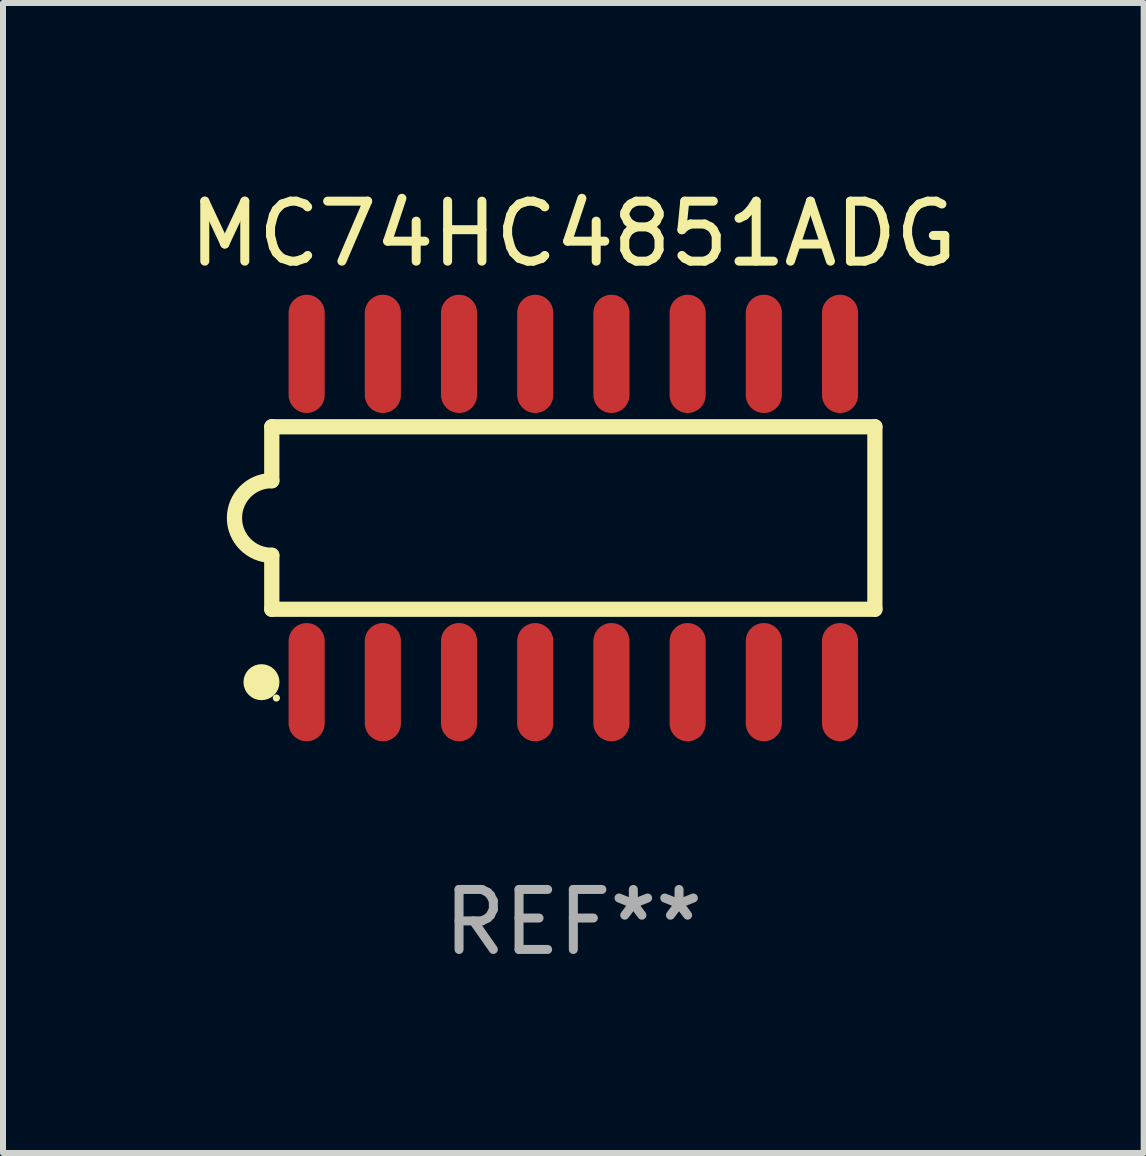
<source format=kicad_pcb>
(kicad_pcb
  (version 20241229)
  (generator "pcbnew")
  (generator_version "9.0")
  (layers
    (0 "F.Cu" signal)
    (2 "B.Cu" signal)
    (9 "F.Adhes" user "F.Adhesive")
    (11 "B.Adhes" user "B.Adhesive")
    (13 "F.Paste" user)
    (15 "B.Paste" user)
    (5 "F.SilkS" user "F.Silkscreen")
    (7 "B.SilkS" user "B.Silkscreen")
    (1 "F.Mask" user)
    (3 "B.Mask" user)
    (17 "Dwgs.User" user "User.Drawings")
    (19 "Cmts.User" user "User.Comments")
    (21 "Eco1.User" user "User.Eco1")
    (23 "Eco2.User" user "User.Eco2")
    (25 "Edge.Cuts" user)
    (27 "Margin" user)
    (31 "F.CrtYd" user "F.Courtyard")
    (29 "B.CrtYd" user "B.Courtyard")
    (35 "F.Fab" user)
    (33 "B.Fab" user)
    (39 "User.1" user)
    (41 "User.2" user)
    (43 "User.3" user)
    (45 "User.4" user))
  (footprint "MC74HC4851ADG"
    (layer "F.Cu")
    (at 6.506 5.584)
    (property "Reference" "MC74HC4851ADG" (at 0 -4.736 0) (layer "F.SilkS") (effects (font (size 1 1) (thickness 0.15))))
    (attr through_hole)
    (fp_line (start -5.026 -1.521) (end -5.026 -0.621) (stroke (width 0.254) (type solid)) (layer "F.SilkS"))
    (fp_line (start -5.026 -1.521) (end 5.026 -1.521) (stroke (width 0.254) (type solid)) (layer "F.SilkS"))
    (fp_line (start -5.026 1.521) (end -5.026 0.621) (stroke (width 0.254) (type solid)) (layer "F.SilkS"))
    (fp_line (start 5.026 -1.521) (end 5.026 1.521) (stroke (width 0.254) (type solid)) (layer "F.SilkS"))
    (fp_line (start 5.026 1.521) (end -5.026 1.521) (stroke (width 0.254) (type solid)) (layer "F.SilkS"))
    (fp_arc (start -5.026187 0.621387) (mid -5.647752 -0.000787) (end -5.025781 -0.622555) (stroke (width 0.254001) (type solid)) (layer "F.SilkS"))
    (fp_circle (center -5.198 2.736) (end -5.048 2.736) (stroke (width 0.3) (type solid)) (fill no) (layer "F.SilkS"))
    (fp_circle (center -4.95 3) (end -4.92 3) (stroke (width 0.06) (type solid)) (fill no) (layer "F.SilkS"))
    (fp_text user "REF**" (at 0 6.736 0) (layer "F.Fab") (effects (font (size 1 1) (thickness 0.15))))
    (pad "1" smd oval (at -4.445 2.736) (size 0.602 1.971) (layers "F.Cu" "F.Mask" "F.Paste"))
    (pad "2" smd oval (at -3.175 2.736) (size 0.602 1.971) (layers "F.Cu" "F.Mask" "F.Paste"))
    (pad "3" smd oval (at -1.905 2.736) (size 0.602 1.971) (layers "F.Cu" "F.Mask" "F.Paste"))
    (pad "4" smd oval (at -0.635 2.736) (size 0.602 1.971) (layers "F.Cu" "F.Mask" "F.Paste"))
    (pad "5" smd oval (at 0.635 2.736) (size 0.602 1.971) (layers "F.Cu" "F.Mask" "F.Paste"))
    (pad "6" smd oval (at 1.905 2.736) (size 0.602 1.971) (layers "F.Cu" "F.Mask" "F.Paste"))
    (pad "7" smd oval (at 3.175 2.736) (size 0.602 1.971) (layers "F.Cu" "F.Mask" "F.Paste"))
    (pad "8" smd oval (at 4.445 2.736) (size 0.602 1.971) (layers "F.Cu" "F.Mask" "F.Paste"))
    (pad "9" smd oval (at 4.445 -2.736) (size 0.602 1.971) (layers "F.Cu" "F.Mask" "F.Paste"))
    (pad "10" smd oval (at 3.175 -2.736) (size 0.602 1.971) (layers "F.Cu" "F.Mask" "F.Paste"))
    (pad "11" smd oval (at 1.905 -2.736) (size 0.602 1.971) (layers "F.Cu" "F.Mask" "F.Paste"))
    (pad "12" smd oval (at 0.635 -2.736) (size 0.602 1.971) (layers "F.Cu" "F.Mask" "F.Paste"))
    (pad "13" smd oval (at -0.635 -2.736) (size 0.602 1.971) (layers "F.Cu" "F.Mask" "F.Paste"))
    (pad "14" smd oval (at -1.905 -2.736) (size 0.602 1.971) (layers "F.Cu" "F.Mask" "F.Paste"))
    (pad "15" smd oval (at -3.175 -2.736) (size 0.602 1.971) (layers "F.Cu" "F.Mask" "F.Paste"))
    (pad "16" smd oval (at -4.445 -2.736) (size 0.602 1.971) (layers "F.Cu" "F.Mask" "F.Paste")))
  (gr_rect
    (start -3 -3)
    (end 16.012 16.168)
    (stroke (width 0.1) (type default))
    (fill no)
    (layer "Edge.Cuts")))
</source>
